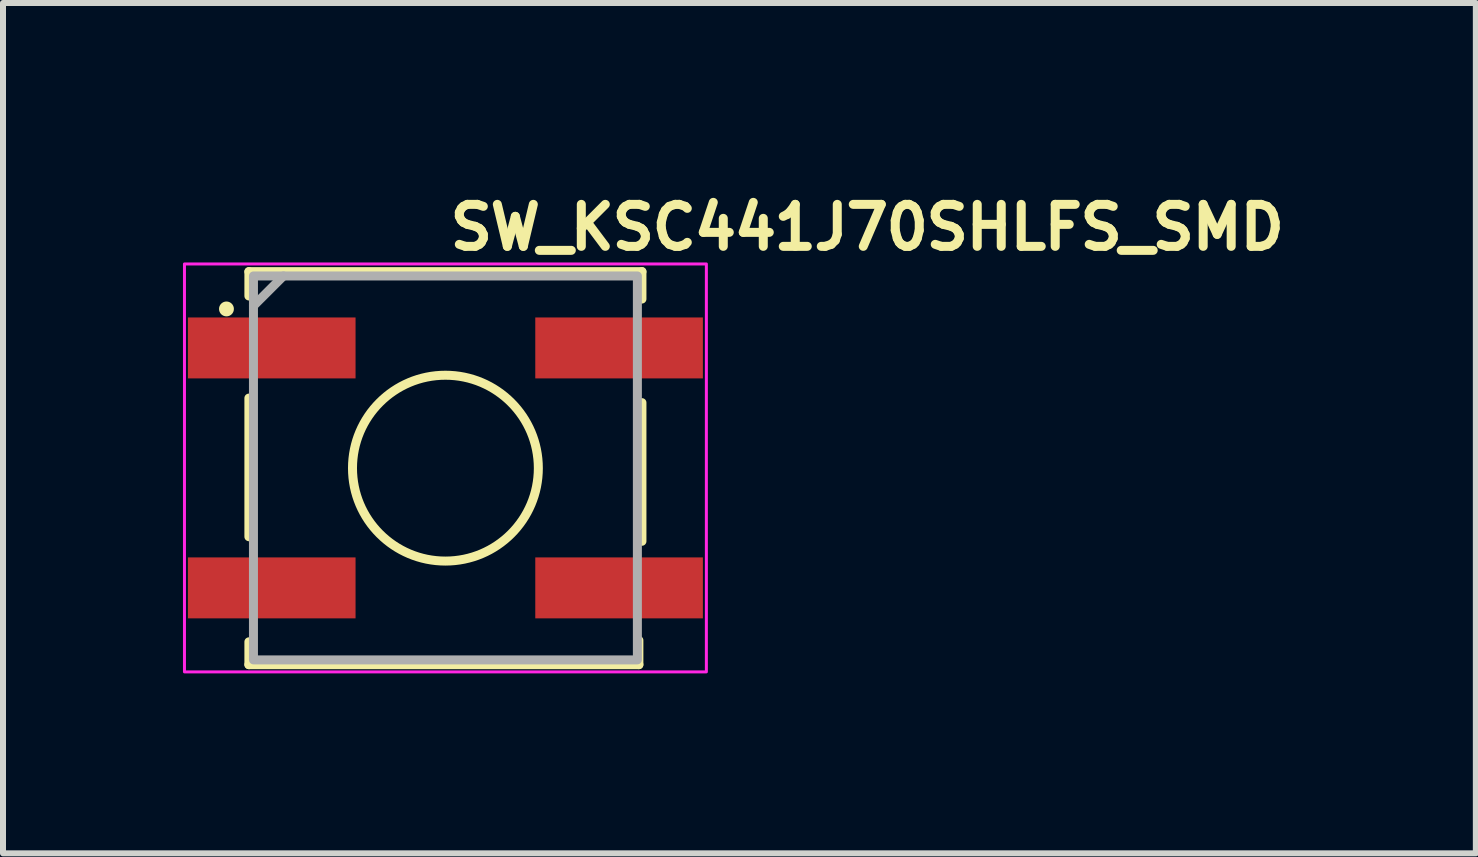
<source format=kicad_pcb>
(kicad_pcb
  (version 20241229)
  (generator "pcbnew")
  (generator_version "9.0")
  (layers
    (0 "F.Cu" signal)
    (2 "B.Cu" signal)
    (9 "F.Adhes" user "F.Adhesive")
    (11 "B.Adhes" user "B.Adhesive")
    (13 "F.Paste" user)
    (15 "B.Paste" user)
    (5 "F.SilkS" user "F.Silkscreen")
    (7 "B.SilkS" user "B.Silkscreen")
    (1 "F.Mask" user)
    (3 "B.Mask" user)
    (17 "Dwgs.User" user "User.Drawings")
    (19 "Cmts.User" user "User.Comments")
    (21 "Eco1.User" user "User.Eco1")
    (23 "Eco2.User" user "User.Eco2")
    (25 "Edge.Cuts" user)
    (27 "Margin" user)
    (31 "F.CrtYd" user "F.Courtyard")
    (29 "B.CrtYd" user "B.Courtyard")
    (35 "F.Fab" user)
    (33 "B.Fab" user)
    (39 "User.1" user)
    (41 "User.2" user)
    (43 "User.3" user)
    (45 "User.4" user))
  (footprint "SW_KSC441J70SHLFS_SMD"
    (layer "F.Cu")
    (at 4.375 4.75)
    (property "Reference" "SW_KSC441J70SHLFS_SMD" (at 0 -3.6 0) (unlocked yes) (layer "F.SilkS") (effects (font (size 0.7 0.7) (thickness 0.15)) (justify left bottom)))
    (attr smd)
    (fp_line (start -3.276 -3.272) (end -3.276 -2.866) (stroke (width 0.15) (type solid)) (layer "F.SilkS"))
    (fp_line (start -3.276 -3.272) (end 3.276 -3.272) (stroke (width 0.15) (type solid)) (layer "F.SilkS"))
    (fp_line (start -3.276 1.147) (end -3.276 -1.164) (stroke (width 0.15) (type solid)) (layer "F.SilkS"))
    (fp_line (start -3.276 3.28) (end -3.276 2.899) (stroke (width 0.15) (type solid)) (layer "F.SilkS"))
    (fp_line (start -3.276 3.28) (end 3.225 3.28) (stroke (width 0.15) (type solid)) (layer "F.SilkS"))
    (fp_line (start 3.225 3.28) (end 3.225 2.874) (stroke (width 0.15) (type solid)) (layer "F.SilkS"))
    (fp_line (start 3.276 -2.815) (end 3.276 -3.272) (stroke (width 0.15) (type solid)) (layer "F.SilkS"))
    (fp_line (start 3.276 1.223) (end 3.276 -1.088) (stroke (width 0.15) (type solid)) (layer "F.SilkS"))
    (fp_circle (center -3.65 -2.65) (end -3.601 -2.65) (stroke (width 0.15) (type solid)) (fill yes) (layer "F.SilkS"))
    (fp_circle (center 0 0.004) (end 0 -1.545) (stroke (width 0.15) (type solid)) (fill no) (layer "F.SilkS"))
    (fp_line (start -0.253 0.004) (end 0.254 0.005) (stroke (width 0.025) (type solid)) (layer "Eco1.User"))
    (fp_line (start 0 -0.25) (end 0 0.258) (stroke (width 0.025) (type solid)) (layer "Eco1.User"))
    (fp_rect (start -4.35 -3.4) (end 4.35 3.4) (stroke (width 0.05) (type solid)) (fill no) (layer "F.CrtYd"))
    (fp_line (start -2.7 -3.2) (end -3.2 -2.7) (stroke (width 0.15) (type solid)) (layer "F.Fab"))
    (fp_rect (start -3.2 -3.2) (end 3.2 3.2) (stroke (width 0.15) (type solid)) (fill no) (layer "F.Fab"))
    (fp_circle (center 0 0.004) (end 0 -1.367) (stroke (width 0.152) (type solid)) (fill no) (layer "User.1"))
    (fp_rect (start -3.4 -3.15) (end 3.4 3.15) (stroke (width 0.1) (type solid)) (fill no) (layer "User.5"))
    (fp_line (start -3.4 -2.375) (end -3.4 -1.625) (stroke (width 0.02) (type solid)) (layer "User.9"))
    (fp_line (start -3.4 -1.625) (end -3.4 -2.375) (stroke (width 0.02) (type solid)) (layer "User.9"))
    (fp_line (start -3.4 1.625) (end -3.4 2.375) (stroke (width 0.02) (type solid)) (layer "User.9"))
    (fp_line (start -3.4 2.375) (end -3.4 1.625) (stroke (width 0.02) (type solid)) (layer "User.9"))
    (fp_line (start -3.312 -2.375) (end -3.4 -2.375) (stroke (width 0.02) (type solid)) (layer "User.9"))
    (fp_line (start -3.312 -2.375) (end -3.312 -2.375) (stroke (width 0.02) (type solid)) (layer "User.9"))
    (fp_line (start -3.15 -2.799) (end -3.15 -2.5) (stroke (width 0.02) (type solid)) (layer "User.9"))
    (fp_line (start -3.15 -2.5) (end -3.15 -2.375) (stroke (width 0.02) (type solid)) (layer "User.9"))
    (fp_line (start -3.15 -1.625) (end -3.15 -1.499) (stroke (width 0.02) (type solid)) (layer "User.9"))
    (fp_line (start -3.15 -1.499) (end -3.15 1.499) (stroke (width 0.02) (type solid)) (layer "User.9"))
    (fp_line (start -3.15 -1.499) (end -3.134 -1.499) (stroke (width 0.02) (type solid)) (layer "User.9"))
    (fp_line (start -3.15 1.499) (end -3.15 1.625) (stroke (width 0.02) (type solid)) (layer "User.9"))
    (fp_line (start -3.15 2.375) (end -3.15 2.5) (stroke (width 0.02) (type solid)) (layer "User.9"))
    (fp_line (start -3.15 2.5) (end -3.15 2.799) (stroke (width 0.02) (type solid)) (layer "User.9"))
    (fp_line (start -3.15 2.5) (end -3.125 2.5) (stroke (width 0.02) (type solid)) (layer "User.9"))
    (fp_line (start -3.15 2.799) (end -3.125 2.799) (stroke (width 0.02) (type solid)) (layer "User.9"))
    (fp_line (start -3.134 -1.976) (end -3.134 -1.971) (stroke (width 0.02) (type solid)) (layer "User.9"))
    (fp_line (start -3.134 -1.971) (end -3.134 -1.964) (stroke (width 0.02) (type solid)) (layer "User.9"))
    (fp_line (start -3.134 -1.964) (end -3.134 1.965) (stroke (width 0.02) (type solid)) (layer "User.9"))
    (fp_line (start -3.134 -1.625) (end -3.4 -1.625) (stroke (width 0.02) (type solid)) (layer "User.9"))
    (fp_line (start -3.134 1.499) (end -3.15 1.499) (stroke (width 0.02) (type solid)) (layer "User.9"))
    (fp_line (start -3.134 1.625) (end -3.4 1.625) (stroke (width 0.02) (type solid)) (layer "User.9"))
    (fp_line (start -3.134 1.965) (end -3.134 1.968) (stroke (width 0.02) (type solid)) (layer "User.9"))
    (fp_line (start -3.134 1.968) (end -3.134 1.971) (stroke (width 0.02) (type solid)) (layer "User.9"))
    (fp_line (start -3.134 1.971) (end -3.134 1.975) (stroke (width 0.02) (type solid)) (layer "User.9"))
    (fp_line (start -3.134 1.975) (end -3.134 1.978) (stroke (width 0.02) (type solid)) (layer "User.9"))
    (fp_line (start -3.134 1.978) (end -3.134 1.982) (stroke (width 0.02) (type solid)) (layer "User.9"))
    (fp_line (start -3.134 1.982) (end -3.133 1.985) (stroke (width 0.02) (type solid)) (layer "User.9"))
    (fp_line (start -3.133 -1.983) (end -3.134 -1.976) (stroke (width 0.02) (type solid)) (layer "User.9"))
    (fp_line (start -3.133 1.985) (end -3.133 1.988) (stroke (width 0.02) (type solid)) (layer "User.9"))
    (fp_line (start -3.133 1.988) (end -3.132 1.992) (stroke (width 0.02) (type solid)) (layer "User.9"))
    (fp_line (start -3.132 -1.988) (end -3.133 -1.983) (stroke (width 0.02) (type solid)) (layer "User.9"))
    (fp_line (start -3.132 1.992) (end -3.131 1.995) (stroke (width 0.02) (type solid)) (layer "User.9"))
    (fp_line (start -3.131 -1.995) (end -3.132 -1.988) (stroke (width 0.02) (type solid)) (layer "User.9"))
    (fp_line (start -3.131 1.995) (end -3.131 1.999) (stroke (width 0.02) (type solid)) (layer "User.9"))
    (fp_line (start -3.131 1.999) (end -3.13 2) (stroke (width 0.02) (type solid)) (layer "User.9"))
    (fp_line (start -3.13 -2) (end -3.131 -1.995) (stroke (width 0.02) (type solid)) (layer "User.9"))
    (fp_line (start -3.13 2) (end -3.129 2.004) (stroke (width 0.02) (type solid)) (layer "User.9"))
    (fp_line (start -3.129 2.004) (end -3.128 2.008) (stroke (width 0.02) (type solid)) (layer "User.9"))
    (fp_line (start -3.128 -2.007) (end -3.13 -2) (stroke (width 0.02) (type solid)) (layer "User.9"))
    (fp_line (start -3.128 2.008) (end -3.127 2.012) (stroke (width 0.02) (type solid)) (layer "User.9"))
    (fp_line (start -3.127 2.012) (end -3.126 2.015) (stroke (width 0.02) (type solid)) (layer "User.9"))
    (fp_line (start -3.126 -2.012) (end -3.128 -2.007) (stroke (width 0.02) (type solid)) (layer "User.9"))
    (fp_line (start -3.126 2.015) (end -3.125 2.016) (stroke (width 0.02) (type solid)) (layer "User.9"))
    (fp_line (start -3.125 -1.212) (end -3.125 2.812) (stroke (width 0.02) (type solid)) (layer "User.9"))
    (fp_line (start -3.125 2.375) (end -3.4 2.375) (stroke (width 0.02) (type solid)) (layer "User.9"))
    (fp_line (start -3.125 2.812) (end -2.705 2.812) (stroke (width 0.02) (type solid)) (layer "User.9"))
    (fp_line (start -3.124 -2.019) (end -3.126 -2.012) (stroke (width 0.02) (type solid)) (layer "User.9"))
    (fp_line (start -3.122 -2.024) (end -3.124 -2.019) (stroke (width 0.02) (type solid)) (layer "User.9"))
    (fp_line (start -3.12 -2.03) (end -3.122 -2.024) (stroke (width 0.02) (type solid)) (layer "User.9"))
    (fp_line (start -3.117 -2.035) (end -3.12 -2.03) (stroke (width 0.02) (type solid)) (layer "User.9"))
    (fp_line (start -3.114 -2.04) (end -3.117 -2.035) (stroke (width 0.02) (type solid)) (layer "User.9"))
    (fp_line (start -3.111 -2.045) (end -3.114 -2.04) (stroke (width 0.02) (type solid)) (layer "User.9"))
    (fp_line (start -3.107 -2.05) (end -3.111 -2.045) (stroke (width 0.02) (type solid)) (layer "User.9"))
    (fp_line (start -3.104 -2.055) (end -3.107 -2.05) (stroke (width 0.02) (type solid)) (layer "User.9"))
    (fp_line (start -3.1 -2.662) (end -3.1 -2.212) (stroke (width 0.02) (type solid)) (layer "User.9"))
    (fp_line (start -3.1 -2.5) (end -3.15 -2.5) (stroke (width 0.02) (type solid)) (layer "User.9"))
    (fp_line (start -3.1 -2.375) (end -3.312 -2.375) (stroke (width 0.02) (type solid)) (layer "User.9"))
    (fp_line (start -3.1 -2.212) (end -3.025 -2.212) (stroke (width 0.02) (type solid)) (layer "User.9"))
    (fp_line (start -3.1 -2.061) (end -3.1 -2.212) (stroke (width 0.02) (type solid)) (layer "User.9"))
    (fp_line (start -3.1 -2.06) (end -3.104 -2.055) (stroke (width 0.02) (type solid)) (layer "User.9"))
    (fp_line (start -3.096 -2.065) (end -3.1 -2.06) (stroke (width 0.02) (type solid)) (layer "User.9"))
    (fp_line (start -3.092 -2.069) (end -3.096 -2.065) (stroke (width 0.02) (type solid)) (layer "User.9"))
    (fp_line (start -3.088 -2.073) (end -3.092 -2.069) (stroke (width 0.02) (type solid)) (layer "User.9"))
    (fp_line (start -3.083 -2.077) (end -3.088 -2.073) (stroke (width 0.02) (type solid)) (layer "User.9"))
    (fp_line (start -3.079 -2.081) (end -3.083 -2.077) (stroke (width 0.02) (type solid)) (layer "User.9"))
    (fp_line (start -3.074 -2.085) (end -3.079 -2.081) (stroke (width 0.02) (type solid)) (layer "User.9"))
    (fp_line (start -3.069 -2.088) (end -3.074 -2.085) (stroke (width 0.02) (type solid)) (layer "User.9"))
    (fp_line (start -3.064 -2.092) (end -3.069 -2.088) (stroke (width 0.02) (type solid)) (layer "User.9"))
    (fp_line (start -3.059 -2.095) (end -3.064 -2.092) (stroke (width 0.02) (type solid)) (layer "User.9"))
    (fp_line (start -3.053 -2.098) (end -3.059 -2.095) (stroke (width 0.02) (type solid)) (layer "User.9"))
    (fp_line (start -3.048 -2.1) (end -3.053 -2.098) (stroke (width 0.02) (type solid)) (layer "User.9"))
    (fp_line (start -3.042 -2.103) (end -3.048 -2.1) (stroke (width 0.02) (type solid)) (layer "User.9"))
    (fp_line (start -3.036 -2.105) (end -3.042 -2.103) (stroke (width 0.02) (type solid)) (layer "User.9"))
    (fp_line (start -3.031 -2.107) (end -3.036 -2.105) (stroke (width 0.02) (type solid)) (layer "User.9"))
    (fp_line (start -3.025 -2.812) (end -3.025 -2.662) (stroke (width 0.02) (type solid)) (layer "User.9"))
    (fp_line (start -3.025 -2.799) (end -3.15 -2.799) (stroke (width 0.02) (type solid)) (layer "User.9"))
    (fp_line (start -3.025 -2.662) (end -3.1 -2.662) (stroke (width 0.02) (type solid)) (layer "User.9"))
    (fp_line (start -3.025 -2.212) (end -3.025 -1.212) (stroke (width 0.02) (type solid)) (layer "User.9"))
    (fp_line (start -3.025 -2.109) (end -3.031 -2.107) (stroke (width 0.02) (type solid)) (layer "User.9"))
    (fp_line (start -3.025 -1.212) (end -3.125 -1.212) (stroke (width 0.02) (type solid)) (layer "User.9"))
    (fp_line (start -2.705 -3.012) (end -2.705 -2.812) (stroke (width 0.02) (type solid)) (layer "User.9"))
    (fp_line (start -2.705 -2.812) (end -3.025 -2.812) (stroke (width 0.02) (type solid)) (layer "User.9"))
    (fp_line (start -2.705 2.812) (end -2.705 3.012) (stroke (width 0.02) (type solid)) (layer "User.9"))
    (fp_line (start -2.705 3.012) (end -2.05 3.012) (stroke (width 0.02) (type solid)) (layer "User.9"))
    (fp_line (start -2.05 -3.012) (end -2.705 -3.012) (stroke (width 0.02) (type solid)) (layer "User.9"))
    (fp_line (start -2.05 -2.95) (end -2.05 -2.812) (stroke (width 0.02) (type solid)) (layer "User.9"))
    (fp_line (start -2.05 -2.812) (end -2.05 -3.012) (stroke (width 0.02) (type solid)) (layer "User.9"))
    (fp_line (start -2.05 2.812) (end -2.05 2.95) (stroke (width 0.02) (type solid)) (layer "User.9"))
    (fp_line (start -2.05 2.812) (end -1.6 2.812) (stroke (width 0.02) (type solid)) (layer "User.9"))
    (fp_line (start -2.05 2.95) (end -2.049 2.957) (stroke (width 0.02) (type solid)) (layer "User.9"))
    (fp_line (start -2.05 3.012) (end -2.05 2.812) (stroke (width 0.02) (type solid)) (layer "User.9"))
    (fp_line (start -2.049 -2.965) (end -2.049 -2.957) (stroke (width 0.02) (type solid)) (layer "User.9"))
    (fp_line (start -2.049 -2.957) (end -2.05 -2.95) (stroke (width 0.02) (type solid)) (layer "User.9"))
    (fp_line (start -2.049 2.957) (end -2.049 2.965) (stroke (width 0.02) (type solid)) (layer "User.9"))
    (fp_line (start -2.049 2.965) (end -2.048 2.972) (stroke (width 0.02) (type solid)) (layer "User.9"))
    (fp_line (start -2.048 -2.972) (end -2.049 -2.965) (stroke (width 0.02) (type solid)) (layer "User.9"))
    (fp_line (start -2.048 2.972) (end -2.046 2.98) (stroke (width 0.02) (type solid)) (layer "User.9"))
    (fp_line (start -2.046 -2.98) (end -2.048 -2.972) (stroke (width 0.02) (type solid)) (layer "User.9"))
    (fp_line (start -2.046 2.98) (end -2.045 2.987) (stroke (width 0.02) (type solid)) (layer "User.9"))
    (fp_line (start -2.045 -2.987) (end -2.046 -2.98) (stroke (width 0.02) (type solid)) (layer "User.9"))
    (fp_line (start -2.045 2.987) (end -2.043 2.994) (stroke (width 0.02) (type solid)) (layer "User.9"))
    (fp_line (start -2.043 -2.994) (end -2.045 -2.987) (stroke (width 0.02) (type solid)) (layer "User.9"))
    (fp_line (start -2.043 2.994) (end -2.04 3.001) (stroke (width 0.02) (type solid)) (layer "User.9"))
    (fp_line (start -2.04 -3.001) (end -2.043 -2.994) (stroke (width 0.02) (type solid)) (layer "User.9"))
    (fp_line (start -2.04 3.001) (end -2.038 3.008) (stroke (width 0.02) (type solid)) (layer "User.9"))
    (fp_line (start -2.038 -3.008) (end -2.04 -3.001) (stroke (width 0.02) (type solid)) (layer "User.9"))
    (fp_line (start -2.038 3.008) (end -2.035 3.015) (stroke (width 0.02) (type solid)) (layer "User.9"))
    (fp_line (start -2.036 -3.012) (end -2.05 -3.012) (stroke (width 0.02) (type solid)) (layer "User.9"))
    (fp_line (start -2.036 3.012) (end -2.05 3.012) (stroke (width 0.02) (type solid)) (layer "User.9"))
    (fp_line (start -2.035 -3.015) (end -2.038 -3.008) (stroke (width 0.02) (type solid)) (layer "User.9"))
    (fp_line (start -2.035 3.015) (end -2.031 3.021) (stroke (width 0.02) (type solid)) (layer "User.9"))
    (fp_line (start -2.031 -3.021) (end -2.035 -3.015) (stroke (width 0.02) (type solid)) (layer "User.9"))
    (fp_line (start -2.031 3.021) (end -2.028 3.027) (stroke (width 0.02) (type solid)) (layer "User.9"))
    (fp_line (start -2.028 -3.027) (end -2.031 -3.021) (stroke (width 0.02) (type solid)) (layer "User.9"))
    (fp_line (start -2.028 3.027) (end -2.024 3.033) (stroke (width 0.02) (type solid)) (layer "User.9"))
    (fp_line (start -2.024 -3.033) (end -2.028 -3.027) (stroke (width 0.02) (type solid)) (layer "User.9"))
    (fp_line (start -2.024 3.033) (end -2.02 3.039) (stroke (width 0.02) (type solid)) (layer "User.9"))
    (fp_line (start -2.02 -3.039) (end -2.024 -3.033) (stroke (width 0.02) (type solid)) (layer "User.9"))
    (fp_line (start -2.02 3.039) (end -2.015 3.045) (stroke (width 0.02) (type solid)) (layer "User.9"))
    (fp_line (start -2.015 -3.045) (end -2.02 -3.039) (stroke (width 0.02) (type solid)) (layer "User.9"))
    (fp_line (start -2.015 3.045) (end -2.011 3.05) (stroke (width 0.02) (type solid)) (layer "User.9"))
    (fp_line (start -2.011 -3.05) (end -2.015 -3.045) (stroke (width 0.02) (type solid)) (layer "User.9"))
    (fp_line (start -2.011 3.05) (end -2.006 3.056) (stroke (width 0.02) (type solid)) (layer "User.9"))
    (fp_line (start -2.006 -3.056) (end -2.011 -3.05) (stroke (width 0.02) (type solid)) (layer "User.9"))
    (fp_line (start -2.006 3.056) (end -2 3.061) (stroke (width 0.02) (type solid)) (layer "User.9"))
    (fp_line (start -2 -3.061) (end -2.006 -3.056) (stroke (width 0.02) (type solid)) (layer "User.9"))
    (fp_line (start -2 3.061) (end -1.995 3.065) (stroke (width 0.02) (type solid)) (layer "User.9"))
    (fp_line (start -1.995 -3.065) (end -2 -3.061) (stroke (width 0.02) (type solid)) (layer "User.9"))
    (fp_line (start -1.995 3.065) (end -1.989 3.07) (stroke (width 0.02) (type solid)) (layer "User.9"))
    (fp_line (start -1.989 -3.07) (end -1.995 -3.065) (stroke (width 0.02) (type solid)) (layer "User.9"))
    (fp_line (start -1.989 3.07) (end -1.983 3.074) (stroke (width 0.02) (type solid)) (layer "User.9"))
    (fp_line (start -1.983 -3.074) (end -1.989 -3.07) (stroke (width 0.02) (type solid)) (layer "User.9"))
    (fp_line (start -1.983 3.074) (end -1.977 3.078) (stroke (width 0.02) (type solid)) (layer "User.9"))
    (fp_line (start -1.977 -3.078) (end -1.983 -3.074) (stroke (width 0.02) (type solid)) (layer "User.9"))
    (fp_line (start -1.977 3.078) (end -1.971 3.081) (stroke (width 0.02) (type solid)) (layer "User.9"))
    (fp_line (start -1.971 -3.081) (end -1.977 -3.078) (stroke (width 0.02) (type solid)) (layer "User.9"))
    (fp_line (start -1.971 3.081) (end -1.965 3.085) (stroke (width 0.02) (type solid)) (layer "User.9"))
    (fp_line (start -1.965 -3.085) (end -1.971 -3.081) (stroke (width 0.02) (type solid)) (layer "User.9"))
    (fp_line (start -1.965 3.085) (end -1.958 3.088) (stroke (width 0.02) (type solid)) (layer "User.9"))
    (fp_line (start -1.958 -3.088) (end -1.965 -3.085) (stroke (width 0.02) (type solid)) (layer "User.9"))
    (fp_line (start -1.958 3.088) (end -1.951 3.09) (stroke (width 0.02) (type solid)) (layer "User.9"))
    (fp_line (start -1.951 -3.09) (end -1.958 -3.088) (stroke (width 0.02) (type solid)) (layer "User.9"))
    (fp_line (start -1.951 3.09) (end -1.944 3.093) (stroke (width 0.02) (type solid)) (layer "User.9"))
    (fp_line (start -1.944 -3.093) (end -1.951 -3.09) (stroke (width 0.02) (type solid)) (layer "User.9"))
    (fp_line (start -1.944 3.093) (end -1.937 3.095) (stroke (width 0.02) (type solid)) (layer "User.9"))
    (fp_line (start -1.937 -3.095) (end -1.944 -3.093) (stroke (width 0.02) (type solid)) (layer "User.9"))
    (fp_line (start -1.937 3.095) (end -1.93 3.096) (stroke (width 0.02) (type solid)) (layer "User.9"))
    (fp_line (start -1.93 -3.096) (end -1.937 -3.095) (stroke (width 0.02) (type solid)) (layer "User.9"))
    (fp_line (start -1.93 3.096) (end -1.922 3.098) (stroke (width 0.02) (type solid)) (layer "User.9"))
    (fp_line (start -1.922 -3.098) (end -1.93 -3.096) (stroke (width 0.02) (type solid)) (layer "User.9"))
    (fp_line (start -1.922 3.098) (end -1.915 3.099) (stroke (width 0.02) (type solid)) (layer "User.9"))
    (fp_line (start -1.915 -3.099) (end -1.922 -3.098) (stroke (width 0.02) (type solid)) (layer "User.9"))
    (fp_line (start -1.915 3.099) (end -1.907 3.099) (stroke (width 0.02) (type solid)) (layer "User.9"))
    (fp_line (start -1.907 -3.099) (end -1.915 -3.099) (stroke (width 0.02) (type solid)) (layer "User.9"))
    (fp_line (start -1.907 3.099) (end -1.899 3.1) (stroke (width 0.02) (type solid)) (layer "User.9"))
    (fp_line (start -1.899 -3.1) (end -1.907 -3.099) (stroke (width 0.02) (type solid)) (layer "User.9"))
    (fp_line (start -1.899 3.1) (end -1.312 3.1) (stroke (width 0.02) (type solid)) (layer "User.9"))
    (fp_line (start -1.8 -3.15) (end -1.8 -3.1) (stroke (width 0.02) (type solid)) (layer "User.9"))
    (fp_line (start -1.8 3.1) (end -1.8 3.15) (stroke (width 0.02) (type solid)) (layer "User.9"))
    (fp_line (start -1.8 3.15) (end 1.8 3.15) (stroke (width 0.02) (type solid)) (layer "User.9"))
    (fp_line (start -1.639 0) (end -1.639 0) (stroke (width 0.02) (type solid)) (layer "User.9"))
    (fp_line (start -1.639 0) (end -1.637 0.084) (stroke (width 0.02) (type solid)) (layer "User.9"))
    (fp_line (start -1.637 -0.083) (end -1.639 0) (stroke (width 0.02) (type solid)) (layer "User.9"))
    (fp_line (start -1.637 0.084) (end -1.631 0.168) (stroke (width 0.02) (type solid)) (layer "User.9"))
    (fp_line (start -1.631 -0.167) (end -1.637 -0.083) (stroke (width 0.02) (type solid)) (layer "User.9"))
    (fp_line (start -1.631 0.168) (end -1.621 0.25) (stroke (width 0.02) (type solid)) (layer "User.9"))
    (fp_line (start -1.621 -0.249) (end -1.631 -0.167) (stroke (width 0.02) (type solid)) (layer "User.9"))
    (fp_line (start -1.621 0.25) (end -1.606 0.331) (stroke (width 0.02) (type solid)) (layer "User.9"))
    (fp_line (start -1.606 -0.33) (end -1.621 -0.249) (stroke (width 0.02) (type solid)) (layer "User.9"))
    (fp_line (start -1.606 0.331) (end -1.588 0.409) (stroke (width 0.02) (type solid)) (layer "User.9"))
    (fp_line (start -1.6 -2.812) (end -2.05 -2.812) (stroke (width 0.02) (type solid)) (layer "User.9"))
    (fp_line (start -1.6 2.812) (end -1.287 3.125) (stroke (width 0.02) (type solid)) (layer "User.9"))
    (fp_line (start -1.588 -0.409) (end -1.606 -0.33) (stroke (width 0.02) (type solid)) (layer "User.9"))
    (fp_line (start -1.588 0.409) (end -1.566 0.488) (stroke (width 0.02) (type solid)) (layer "User.9"))
    (fp_line (start -1.566 -0.487) (end -1.588 -0.409) (stroke (width 0.02) (type solid)) (layer "User.9"))
    (fp_line (start -1.566 0.488) (end -1.54 0.564) (stroke (width 0.02) (type solid)) (layer "User.9"))
    (fp_line (start -1.54 -0.562) (end -1.566 -0.487) (stroke (width 0.02) (type solid)) (layer "User.9"))
    (fp_line (start -1.54 0.564) (end -1.511 0.639) (stroke (width 0.02) (type solid)) (layer "User.9"))
    (fp_line (start -1.511 -0.638) (end -1.54 -0.562) (stroke (width 0.02) (type solid)) (layer "User.9"))
    (fp_line (start -1.511 0.639) (end -1.478 0.712) (stroke (width 0.02) (type solid)) (layer "User.9"))
    (fp_line (start -1.478 -0.711) (end -1.511 -0.638) (stroke (width 0.02) (type solid)) (layer "User.9"))
    (fp_line (start -1.478 0.712) (end -1.442 0.781) (stroke (width 0.02) (type solid)) (layer "User.9"))
    (fp_line (start -1.442 -0.781) (end -1.478 -0.711) (stroke (width 0.02) (type solid)) (layer "User.9"))
    (fp_line (start -1.442 0.781) (end -1.402 0.85) (stroke (width 0.02) (type solid)) (layer "User.9"))
    (fp_line (start -1.402 -0.85) (end -1.442 -0.781) (stroke (width 0.02) (type solid)) (layer "User.9"))
    (fp_line (start -1.402 0.85) (end -1.359 0.916) (stroke (width 0.02) (type solid)) (layer "User.9"))
    (fp_line (start -1.359 -0.915) (end -1.402 -0.85) (stroke (width 0.02) (type solid)) (layer "User.9"))
    (fp_line (start -1.359 0.916) (end -1.314 0.981) (stroke (width 0.02) (type solid)) (layer "User.9"))
    (fp_line (start -1.354 0) (end -1.354 0) (stroke (width 0.02) (type solid)) (layer "User.9"))
    (fp_line (start -1.354 0) (end -1.352 0.069) (stroke (width 0.02) (type solid)) (layer "User.9"))
    (fp_line (start -1.352 -0.069) (end -1.354 0) (stroke (width 0.02) (type solid)) (layer "User.9"))
    (fp_line (start -1.352 0.069) (end -1.347 0.139) (stroke (width 0.02) (type solid)) (layer "User.9"))
    (fp_line (start -1.347 -0.138) (end -1.352 -0.069) (stroke (width 0.02) (type solid)) (layer "User.9"))
    (fp_line (start -1.347 0.139) (end -1.338 0.206) (stroke (width 0.02) (type solid)) (layer "User.9"))
    (fp_line (start -1.338 -0.206) (end -1.347 -0.138) (stroke (width 0.02) (type solid)) (layer "User.9"))
    (fp_line (start -1.338 0.206) (end -1.326 0.272) (stroke (width 0.02) (type solid)) (layer "User.9"))
    (fp_line (start -1.326 -0.272) (end -1.338 -0.206) (stroke (width 0.02) (type solid)) (layer "User.9"))
    (fp_line (start -1.326 0.272) (end -1.311 0.338) (stroke (width 0.02) (type solid)) (layer "User.9"))
    (fp_line (start -1.314 -0.981) (end -1.359 -0.915) (stroke (width 0.02) (type solid)) (layer "User.9"))
    (fp_line (start -1.314 0.981) (end -1.265 1.043) (stroke (width 0.02) (type solid)) (layer "User.9"))
    (fp_line (start -1.312 -3.1) (end -1.899 -3.1) (stroke (width 0.02) (type solid)) (layer "User.9"))
    (fp_line (start -1.311 -0.338) (end -1.326 -0.272) (stroke (width 0.02) (type solid)) (layer "User.9"))
    (fp_line (start -1.311 0.338) (end -1.293 0.402) (stroke (width 0.02) (type solid)) (layer "User.9"))
    (fp_line (start -1.293 -0.402) (end -1.311 -0.338) (stroke (width 0.02) (type solid)) (layer "User.9"))
    (fp_line (start -1.293 0.402) (end -1.271 0.465) (stroke (width 0.02) (type solid)) (layer "User.9"))
    (fp_line (start -1.287 -3.125) (end -1.6 -2.812) (stroke (width 0.02) (type solid)) (layer "User.9"))
    (fp_line (start -1.287 3.125) (end 1.287 3.125) (stroke (width 0.02) (type solid)) (layer "User.9"))
    (fp_line (start -1.271 -0.465) (end -1.293 -0.402) (stroke (width 0.02) (type solid)) (layer "User.9"))
    (fp_line (start -1.271 0.465) (end -1.247 0.528) (stroke (width 0.02) (type solid)) (layer "User.9"))
    (fp_line (start -1.265 -1.043) (end -1.314 -0.981) (stroke (width 0.02) (type solid)) (layer "User.9"))
    (fp_line (start -1.265 1.043) (end -1.213 1.101) (stroke (width 0.02) (type solid)) (layer "User.9"))
    (fp_line (start -1.247 -0.527) (end -1.271 -0.465) (stroke (width 0.02) (type solid)) (layer "User.9"))
    (fp_line (start -1.247 0.528) (end -1.22 0.588) (stroke (width 0.02) (type solid)) (layer "User.9"))
    (fp_line (start -1.22 -0.587) (end -1.247 -0.527) (stroke (width 0.02) (type solid)) (layer "User.9"))
    (fp_line (start -1.22 0.588) (end -1.19 0.646) (stroke (width 0.02) (type solid)) (layer "User.9"))
    (fp_line (start -1.213 -1.102) (end -1.265 -1.043) (stroke (width 0.02) (type solid)) (layer "User.9"))
    (fp_line (start -1.213 1.101) (end -1.159 1.159) (stroke (width 0.02) (type solid)) (layer "User.9"))
    (fp_line (start -1.19 -0.645) (end -1.22 -0.587) (stroke (width 0.02) (type solid)) (layer "User.9"))
    (fp_line (start -1.19 0.646) (end -1.158 0.703) (stroke (width 0.02) (type solid)) (layer "User.9"))
    (fp_line (start -1.159 -1.159) (end -1.213 -1.102) (stroke (width 0.02) (type solid)) (layer "User.9"))
    (fp_line (start -1.159 1.159) (end -1.102 1.213) (stroke (width 0.02) (type solid)) (layer "User.9"))
    (fp_line (start -1.158 -0.701) (end -1.19 -0.645) (stroke (width 0.02) (type solid)) (layer "User.9"))
    (fp_line (start -1.158 0.703) (end -1.122 0.757) (stroke (width 0.02) (type solid)) (layer "User.9"))
    (fp_line (start -1.122 -0.757) (end -1.158 -0.701) (stroke (width 0.02) (type solid)) (layer "User.9"))
    (fp_line (start -1.122 0.757) (end -1.085 0.81) (stroke (width 0.02) (type solid)) (layer "User.9"))
    (fp_line (start -1.102 -1.213) (end -1.159 -1.159) (stroke (width 0.02) (type solid)) (layer "User.9"))
    (fp_line (start -1.102 1.213) (end -1.043 1.265) (stroke (width 0.02) (type solid)) (layer "User.9"))
    (fp_line (start -1.085 -0.81) (end -1.122 -0.757) (stroke (width 0.02) (type solid)) (layer "User.9"))
    (fp_line (start -1.085 0.81) (end -1.044 0.861) (stroke (width 0.02) (type solid)) (layer "User.9"))
    (fp_line (start -1.044 -0.861) (end -1.085 -0.81) (stroke (width 0.02) (type solid)) (layer "User.9"))
    (fp_line (start -1.044 0.861) (end -1.002 0.91) (stroke (width 0.02) (type solid)) (layer "User.9"))
    (fp_line (start -1.043 -1.265) (end -1.102 -1.213) (stroke (width 0.02) (type solid)) (layer "User.9"))
    (fp_line (start -1.043 1.265) (end -0.981 1.314) (stroke (width 0.02) (type solid)) (layer "User.9"))
    (fp_line (start -1.002 -0.91) (end -1.044 -0.861) (stroke (width 0.02) (type solid)) (layer "User.9"))
    (fp_line (start -1.002 0.91) (end -0.957 0.957) (stroke (width 0.02) (type solid)) (layer "User.9"))
    (fp_line (start -0.981 -1.314) (end -1.043 -1.265) (stroke (width 0.02) (type solid)) (layer "User.9"))
    (fp_line (start -0.981 1.314) (end -0.916 1.359) (stroke (width 0.02) (type solid)) (layer "User.9"))
    (fp_line (start -0.957 -0.957) (end -1.002 -0.91) (stroke (width 0.02) (type solid)) (layer "User.9"))
    (fp_line (start -0.957 0.957) (end -0.91 1.002) (stroke (width 0.02) (type solid)) (layer "User.9"))
    (fp_line (start -0.916 -1.359) (end -0.981 -1.314) (stroke (width 0.02) (type solid)) (layer "User.9"))
    (fp_line (start -0.916 1.359) (end -0.85 1.402) (stroke (width 0.02) (type solid)) (layer "User.9"))
    (fp_line (start -0.91 -1.002) (end -0.957 -0.957) (stroke (width 0.02) (type solid)) (layer "User.9"))
    (fp_line (start -0.91 1.002) (end -0.861 1.044) (stroke (width 0.02) (type solid)) (layer "User.9"))
    (fp_line (start -0.861 -1.044) (end -0.91 -1.002) (stroke (width 0.02) (type solid)) (layer "User.9"))
    (fp_line (start -0.861 1.044) (end -0.81 1.085) (stroke (width 0.02) (type solid)) (layer "User.9"))
    (fp_line (start -0.85 -1.402) (end -0.916 -1.359) (stroke (width 0.02) (type solid)) (layer "User.9"))
    (fp_line (start -0.85 1.402) (end -0.781 1.442) (stroke (width 0.02) (type solid)) (layer "User.9"))
    (fp_line (start -0.81 -1.085) (end -0.861 -1.044) (stroke (width 0.02) (type solid)) (layer "User.9"))
    (fp_line (start -0.81 1.085) (end -0.757 1.121) (stroke (width 0.02) (type solid)) (layer "User.9"))
    (fp_line (start -0.781 -1.442) (end -0.85 -1.402) (stroke (width 0.02) (type solid)) (layer "User.9"))
    (fp_line (start -0.781 1.442) (end -0.711 1.478) (stroke (width 0.02) (type solid)) (layer "User.9"))
    (fp_line (start -0.757 -1.122) (end -0.81 -1.085) (stroke (width 0.02) (type solid)) (layer "User.9"))
    (fp_line (start -0.757 1.121) (end -0.702 1.158) (stroke (width 0.02) (type solid)) (layer "User.9"))
    (fp_line (start -0.711 -1.478) (end -0.781 -1.442) (stroke (width 0.02) (type solid)) (layer "User.9"))
    (fp_line (start -0.711 1.478) (end -0.638 1.511) (stroke (width 0.02) (type solid)) (layer "User.9"))
    (fp_line (start -0.702 -1.158) (end -0.757 -1.122) (stroke (width 0.02) (type solid)) (layer "User.9"))
    (fp_line (start -0.702 1.158) (end -0.645 1.19) (stroke (width 0.02) (type solid)) (layer "User.9"))
    (fp_line (start -0.645 -1.19) (end -0.702 -1.158) (stroke (width 0.02) (type solid)) (layer "User.9"))
    (fp_line (start -0.645 1.19) (end -0.587 1.22) (stroke (width 0.02) (type solid)) (layer "User.9"))
    (fp_line (start -0.638 -1.511) (end -0.711 -1.478) (stroke (width 0.02) (type solid)) (layer "User.9"))
    (fp_line (start -0.638 1.511) (end -0.563 1.54) (stroke (width 0.02) (type solid)) (layer "User.9"))
    (fp_line (start -0.587 -1.22) (end -0.645 -1.19) (stroke (width 0.02) (type solid)) (layer "User.9"))
    (fp_line (start -0.587 1.22) (end -0.527 1.246) (stroke (width 0.02) (type solid)) (layer "User.9"))
    (fp_line (start -0.563 -1.54) (end -0.638 -1.511) (stroke (width 0.02) (type solid)) (layer "User.9"))
    (fp_line (start -0.563 1.54) (end -0.487 1.566) (stroke (width 0.02) (type solid)) (layer "User.9"))
    (fp_line (start -0.527 -1.247) (end -0.587 -1.22) (stroke (width 0.02) (type solid)) (layer "User.9"))
    (fp_line (start -0.527 1.246) (end -0.465 1.27) (stroke (width 0.02) (type solid)) (layer "User.9"))
    (fp_line (start -0.487 -1.565) (end -0.563 -1.54) (stroke (width 0.02) (type solid)) (layer "User.9"))
    (fp_line (start -0.487 1.566) (end -0.409 1.588) (stroke (width 0.02) (type solid)) (layer "User.9"))
    (fp_line (start -0.465 -1.27) (end -0.527 -1.247) (stroke (width 0.02) (type solid)) (layer "User.9"))
    (fp_line (start -0.465 1.27) (end -0.402 1.293) (stroke (width 0.02) (type solid)) (layer "User.9"))
    (fp_line (start -0.409 -1.588) (end -0.487 -1.565) (stroke (width 0.02) (type solid)) (layer "User.9"))
    (fp_line (start -0.409 1.588) (end -0.33 1.605) (stroke (width 0.02) (type solid)) (layer "User.9"))
    (fp_line (start -0.402 -1.293) (end -0.465 -1.27) (stroke (width 0.02) (type solid)) (layer "User.9"))
    (fp_line (start -0.402 1.293) (end -0.338 1.311) (stroke (width 0.02) (type solid)) (layer "User.9"))
    (fp_line (start -0.338 -1.311) (end -0.402 -1.293) (stroke (width 0.02) (type solid)) (layer "User.9"))
    (fp_line (start -0.338 1.311) (end -0.272 1.326) (stroke (width 0.02) (type solid)) (layer "User.9"))
    (fp_line (start -0.33 -1.605) (end -0.409 -1.588) (stroke (width 0.02) (type solid)) (layer "User.9"))
    (fp_line (start -0.33 1.605) (end -0.249 1.621) (stroke (width 0.02) (type solid)) (layer "User.9"))
    (fp_line (start -0.272 -1.326) (end -0.338 -1.311) (stroke (width 0.02) (type solid)) (layer "User.9"))
    (fp_line (start -0.272 1.326) (end -0.206 1.338) (stroke (width 0.02) (type solid)) (layer "User.9"))
    (fp_line (start -0.249 -1.621) (end -0.33 -1.605) (stroke (width 0.02) (type solid)) (layer "User.9"))
    (fp_line (start -0.249 1.621) (end -0.167 1.631) (stroke (width 0.02) (type solid)) (layer "User.9"))
    (fp_line (start -0.206 -1.338) (end -0.272 -1.326) (stroke (width 0.02) (type solid)) (layer "User.9"))
    (fp_line (start -0.206 1.338) (end -0.138 1.347) (stroke (width 0.02) (type solid)) (layer "User.9"))
    (fp_line (start -0.167 -1.631) (end -0.249 -1.621) (stroke (width 0.02) (type solid)) (layer "User.9"))
    (fp_line (start -0.167 1.631) (end -0.084 1.637) (stroke (width 0.02) (type solid)) (layer "User.9"))
    (fp_line (start -0.138 -1.347) (end -0.206 -1.338) (stroke (width 0.02) (type solid)) (layer "User.9"))
    (fp_line (start -0.138 1.347) (end -0.069 1.351) (stroke (width 0.02) (type solid)) (layer "User.9"))
    (fp_line (start -0.084 -1.637) (end -0.167 -1.631) (stroke (width 0.02) (type solid)) (layer "User.9"))
    (fp_line (start -0.084 1.637) (end 0 1.64) (stroke (width 0.02) (type solid)) (layer "User.9"))
    (fp_line (start -0.069 -1.351) (end -0.138 -1.347) (stroke (width 0.02) (type solid)) (layer "User.9"))
    (fp_line (start -0.069 1.351) (end 0 1.354) (stroke (width 0.02) (type solid)) (layer "User.9"))
    (fp_line (start 0 -1.64) (end -0.084 -1.637) (stroke (width 0.02) (type solid)) (layer "User.9"))
    (fp_line (start 0 -1.64) (end 0 -1.64) (stroke (width 0.02) (type solid)) (layer "User.9"))
    (fp_line (start 0 -1.354) (end -0.069 -1.351) (stroke (width 0.02) (type solid)) (layer "User.9"))
    (fp_line (start 0 -1.354) (end 0 -1.354) (stroke (width 0.02) (type solid)) (layer "User.9"))
    (fp_line (start 0 1.354) (end 0 1.354) (stroke (width 0.02) (type solid)) (layer "User.9"))
    (fp_line (start 0 1.354) (end 0.069 1.351) (stroke (width 0.02) (type solid)) (layer "User.9"))
    (fp_line (start 0 1.64) (end 0 1.64) (stroke (width 0.02) (type solid)) (layer "User.9"))
    (fp_line (start 0 1.64) (end 0.084 1.637) (stroke (width 0.02) (type solid)) (layer "User.9"))
    (fp_line (start 0.069 -1.351) (end 0 -1.354) (stroke (width 0.02) (type solid)) (layer "User.9"))
    (fp_line (start 0.069 1.351) (end 0.138 1.347) (stroke (width 0.02) (type solid)) (layer "User.9"))
    (fp_line (start 0.084 -1.637) (end 0 -1.64) (stroke (width 0.02) (type solid)) (layer "User.9"))
    (fp_line (start 0.084 1.637) (end 0.167 1.631) (stroke (width 0.02) (type solid)) (layer "User.9"))
    (fp_line (start 0.138 -1.347) (end 0.069 -1.351) (stroke (width 0.02) (type solid)) (layer "User.9"))
    (fp_line (start 0.138 1.347) (end 0.206 1.338) (stroke (width 0.02) (type solid)) (layer "User.9"))
    (fp_line (start 0.167 -1.631) (end 0.084 -1.637) (stroke (width 0.02) (type solid)) (layer "User.9"))
    (fp_line (start 0.167 1.631) (end 0.249 1.621) (stroke (width 0.02) (type solid)) (layer "User.9"))
    (fp_line (start 0.206 -1.338) (end 0.138 -1.347) (stroke (width 0.02) (type solid)) (layer "User.9"))
    (fp_line (start 0.206 1.338) (end 0.272 1.326) (stroke (width 0.02) (type solid)) (layer "User.9"))
    (fp_line (start 0.249 -1.621) (end 0.167 -1.631) (stroke (width 0.02) (type solid)) (layer "User.9"))
    (fp_line (start 0.249 1.621) (end 0.33 1.605) (stroke (width 0.02) (type solid)) (layer "User.9"))
    (fp_line (start 0.272 -1.326) (end 0.206 -1.338) (stroke (width 0.02) (type solid)) (layer "User.9"))
    (fp_line (start 0.272 1.326) (end 0.338 1.311) (stroke (width 0.02) (type solid)) (layer "User.9"))
    (fp_line (start 0.33 -1.605) (end 0.249 -1.621) (stroke (width 0.02) (type solid)) (layer "User.9"))
    (fp_line (start 0.33 1.605) (end 0.409 1.588) (stroke (width 0.02) (type solid)) (layer "User.9"))
    (fp_line (start 0.338 -1.311) (end 0.272 -1.326) (stroke (width 0.02) (type solid)) (layer "User.9"))
    (fp_line (start 0.338 1.311) (end 0.402 1.293) (stroke (width 0.02) (type solid)) (layer "User.9"))
    (fp_line (start 0.402 -1.293) (end 0.338 -1.311) (stroke (width 0.02) (type solid)) (layer "User.9"))
    (fp_line (start 0.402 1.293) (end 0.465 1.27) (stroke (width 0.02) (type solid)) (layer "User.9"))
    (fp_line (start 0.409 -1.588) (end 0.33 -1.605) (stroke (width 0.02) (type solid)) (layer "User.9"))
    (fp_line (start 0.409 1.588) (end 0.487 1.566) (stroke (width 0.02) (type solid)) (layer "User.9"))
    (fp_line (start 0.465 -1.27) (end 0.402 -1.293) (stroke (width 0.02) (type solid)) (layer "User.9"))
    (fp_line (start 0.465 1.27) (end 0.527 1.246) (stroke (width 0.02) (type solid)) (layer "User.9"))
    (fp_line (start 0.487 -1.565) (end 0.409 -1.588) (stroke (width 0.02) (type solid)) (layer "User.9"))
    (fp_line (start 0.487 1.566) (end 0.563 1.54) (stroke (width 0.02) (type solid)) (layer "User.9"))
    (fp_line (start 0.527 -1.247) (end 0.465 -1.27) (stroke (width 0.02) (type solid)) (layer "User.9"))
    (fp_line (start 0.527 1.246) (end 0.587 1.22) (stroke (width 0.02) (type solid)) (layer "User.9"))
    (fp_line (start 0.563 -1.54) (end 0.487 -1.565) (stroke (width 0.02) (type solid)) (layer "User.9"))
    (fp_line (start 0.563 1.54) (end 0.638 1.511) (stroke (width 0.02) (type solid)) (layer "User.9"))
    (fp_line (start 0.587 -1.22) (end 0.527 -1.247) (stroke (width 0.02) (type solid)) (layer "User.9"))
    (fp_line (start 0.587 1.22) (end 0.645 1.19) (stroke (width 0.02) (type solid)) (layer "User.9"))
    (fp_line (start 0.638 -1.511) (end 0.563 -1.54) (stroke (width 0.02) (type solid)) (layer "User.9"))
    (fp_line (start 0.638 1.511) (end 0.711 1.478) (stroke (width 0.02) (type solid)) (layer "User.9"))
    (fp_line (start 0.645 -1.19) (end 0.587 -1.22) (stroke (width 0.02) (type solid)) (layer "User.9"))
    (fp_line (start 0.645 1.19) (end 0.702 1.158) (stroke (width 0.02) (type solid)) (layer "User.9"))
    (fp_line (start 0.702 -1.158) (end 0.645 -1.19) (stroke (width 0.02) (type solid)) (layer "User.9"))
    (fp_line (start 0.702 1.158) (end 0.757 1.121) (stroke (width 0.02) (type solid)) (layer "User.9"))
    (fp_line (start 0.711 -1.478) (end 0.638 -1.511) (stroke (width 0.02) (type solid)) (layer "User.9"))
    (fp_line (start 0.711 1.478) (end 0.781 1.442) (stroke (width 0.02) (type solid)) (layer "User.9"))
    (fp_line (start 0.757 -1.122) (end 0.702 -1.158) (stroke (width 0.02) (type solid)) (layer "User.9"))
    (fp_line (start 0.757 1.121) (end 0.81 1.085) (stroke (width 0.02) (type solid)) (layer "User.9"))
    (fp_line (start 0.781 -1.442) (end 0.711 -1.478) (stroke (width 0.02) (type solid)) (layer "User.9"))
    (fp_line (start 0.781 1.442) (end 0.85 1.402) (stroke (width 0.02) (type solid)) (layer "User.9"))
    (fp_line (start 0.81 -1.085) (end 0.757 -1.122) (stroke (width 0.02) (type solid)) (layer "User.9"))
    (fp_line (start 0.81 1.085) (end 0.861 1.044) (stroke (width 0.02) (type solid)) (layer "User.9"))
    (fp_line (start 0.85 -1.402) (end 0.781 -1.442) (stroke (width 0.02) (type solid)) (layer "User.9"))
    (fp_line (start 0.85 1.402) (end 0.916 1.359) (stroke (width 0.02) (type solid)) (layer "User.9"))
    (fp_line (start 0.861 -1.044) (end 0.81 -1.085) (stroke (width 0.02) (type solid)) (layer "User.9"))
    (fp_line (start 0.861 1.044) (end 0.91 1.002) (stroke (width 0.02) (type solid)) (layer "User.9"))
    (fp_line (start 0.91 -1.002) (end 0.861 -1.044) (stroke (width 0.02) (type solid)) (layer "User.9"))
    (fp_line (start 0.91 1.002) (end 0.957 0.957) (stroke (width 0.02) (type solid)) (layer "User.9"))
    (fp_line (start 0.916 -1.359) (end 0.85 -1.402) (stroke (width 0.02) (type solid)) (layer "User.9"))
    (fp_line (start 0.916 1.359) (end 0.981 1.314) (stroke (width 0.02) (type solid)) (layer "User.9"))
    (fp_line (start 0.957 -0.957) (end 0.91 -1.002) (stroke (width 0.02) (type solid)) (layer "User.9"))
    (fp_line (start 0.957 0.957) (end 1.002 0.91) (stroke (width 0.02) (type solid)) (layer "User.9"))
    (fp_line (start 0.981 -1.314) (end 0.916 -1.359) (stroke (width 0.02) (type solid)) (layer "User.9"))
    (fp_line (start 0.981 1.314) (end 1.043 1.265) (stroke (width 0.02) (type solid)) (layer "User.9"))
    (fp_line (start 1.002 -0.91) (end 0.957 -0.957) (stroke (width 0.02) (type solid)) (layer "User.9"))
    (fp_line (start 1.002 0.91) (end 1.044 0.861) (stroke (width 0.02) (type solid)) (layer "User.9"))
    (fp_line (start 1.043 -1.265) (end 0.981 -1.314) (stroke (width 0.02) (type solid)) (layer "User.9"))
    (fp_line (start 1.043 1.265) (end 1.102 1.213) (stroke (width 0.02) (type solid)) (layer "User.9"))
    (fp_line (start 1.044 -0.861) (end 1.002 -0.91) (stroke (width 0.02) (type solid)) (layer "User.9"))
    (fp_line (start 1.044 0.861) (end 1.085 0.81) (stroke (width 0.02) (type solid)) (layer "User.9"))
    (fp_line (start 1.085 -0.81) (end 1.044 -0.861) (stroke (width 0.02) (type solid)) (layer "User.9"))
    (fp_line (start 1.085 0.81) (end 1.122 0.757) (stroke (width 0.02) (type solid)) (layer "User.9"))
    (fp_line (start 1.102 -1.213) (end 1.043 -1.265) (stroke (width 0.02) (type solid)) (layer "User.9"))
    (fp_line (start 1.102 1.213) (end 1.159 1.159) (stroke (width 0.02) (type solid)) (layer "User.9"))
    (fp_line (start 1.122 -0.757) (end 1.085 -0.81) (stroke (width 0.02) (type solid)) (layer "User.9"))
    (fp_line (start 1.122 0.757) (end 1.158 0.703) (stroke (width 0.02) (type solid)) (layer "User.9"))
    (fp_line (start 1.158 -0.701) (end 1.122 -0.757) (stroke (width 0.02) (type solid)) (layer "User.9"))
    (fp_line (start 1.158 0.703) (end 1.19 0.646) (stroke (width 0.02) (type solid)) (layer "User.9"))
    (fp_line (start 1.159 -1.159) (end 1.102 -1.213) (stroke (width 0.02) (type solid)) (layer "User.9"))
    (fp_line (start 1.159 1.159) (end 1.213 1.101) (stroke (width 0.02) (type solid)) (layer "User.9"))
    (fp_line (start 1.19 -0.645) (end 1.158 -0.701) (stroke (width 0.02) (type solid)) (layer "User.9"))
    (fp_line (start 1.19 0.646) (end 1.22 0.588) (stroke (width 0.02) (type solid)) (layer "User.9"))
    (fp_line (start 1.213 -1.102) (end 1.159 -1.159) (stroke (width 0.02) (type solid)) (layer "User.9"))
    (fp_line (start 1.213 1.101) (end 1.265 1.043) (stroke (width 0.02) (type solid)) (layer "User.9"))
    (fp_line (start 1.22 -0.587) (end 1.19 -0.645) (stroke (width 0.02) (type solid)) (layer "User.9"))
    (fp_line (start 1.22 0.588) (end 1.247 0.528) (stroke (width 0.02) (type solid)) (layer "User.9"))
    (fp_line (start 1.247 -0.527) (end 1.22 -0.587) (stroke (width 0.02) (type solid)) (layer "User.9"))
    (fp_line (start 1.247 0.528) (end 1.271 0.465) (stroke (width 0.02) (type solid)) (layer "User.9"))
    (fp_line (start 1.265 -1.043) (end 1.213 -1.102) (stroke (width 0.02) (type solid)) (layer "User.9"))
    (fp_line (start 1.265 1.043) (end 1.314 0.981) (stroke (width 0.02) (type solid)) (layer "User.9"))
    (fp_line (start 1.271 -0.465) (end 1.247 -0.527) (stroke (width 0.02) (type solid)) (layer "User.9"))
    (fp_line (start 1.271 0.465) (end 1.293 0.402) (stroke (width 0.02) (type solid)) (layer "User.9"))
    (fp_line (start 1.287 -3.125) (end -1.287 -3.125) (stroke (width 0.02) (type solid)) (layer "User.9"))
    (fp_line (start 1.287 3.125) (end 1.6 2.812) (stroke (width 0.02) (type solid)) (layer "User.9"))
    (fp_line (start 1.293 -0.402) (end 1.271 -0.465) (stroke (width 0.02) (type solid)) (layer "User.9"))
    (fp_line (start 1.293 0.402) (end 1.311 0.338) (stroke (width 0.02) (type solid)) (layer "User.9"))
    (fp_line (start 1.311 -0.338) (end 1.293 -0.402) (stroke (width 0.02) (type solid)) (layer "User.9"))
    (fp_line (start 1.311 0.338) (end 1.326 0.272) (stroke (width 0.02) (type solid)) (layer "User.9"))
    (fp_line (start 1.312 3.1) (end 1.899 3.1) (stroke (width 0.02) (type solid)) (layer "User.9"))
    (fp_line (start 1.314 -0.981) (end 1.265 -1.043) (stroke (width 0.02) (type solid)) (layer "User.9"))
    (fp_line (start 1.314 0.981) (end 1.359 0.916) (stroke (width 0.02) (type solid)) (layer "User.9"))
    (fp_line (start 1.326 -0.272) (end 1.311 -0.338) (stroke (width 0.02) (type solid)) (layer "User.9"))
    (fp_line (start 1.326 0.272) (end 1.338 0.206) (stroke (width 0.02) (type solid)) (layer "User.9"))
    (fp_line (start 1.338 -0.206) (end 1.326 -0.272) (stroke (width 0.02) (type solid)) (layer "User.9"))
    (fp_line (start 1.338 0.206) (end 1.347 0.139) (stroke (width 0.02) (type solid)) (layer "User.9"))
    (fp_line (start 1.347 -0.138) (end 1.338 -0.206) (stroke (width 0.02) (type solid)) (layer "User.9"))
    (fp_line (start 1.347 0.139) (end 1.352 0.069) (stroke (width 0.02) (type solid)) (layer "User.9"))
    (fp_line (start 1.352 -0.069) (end 1.347 -0.138) (stroke (width 0.02) (type solid)) (layer "User.9"))
    (fp_line (start 1.352 0.069) (end 1.354 0) (stroke (width 0.02) (type solid)) (layer "User.9"))
    (fp_line (start 1.354 0) (end 1.352 -0.069) (stroke (width 0.02) (type solid)) (layer "User.9"))
    (fp_line (start 1.354 0) (end 1.354 0) (stroke (width 0.02) (type solid)) (layer "User.9"))
    (fp_line (start 1.354 0) (end 1.354 0) (stroke (width 0.02) (type solid)) (layer "User.9"))
    (fp_line (start 1.359 -0.915) (end 1.314 -0.981) (stroke (width 0.02) (type solid)) (layer "User.9"))
    (fp_line (start 1.359 0.916) (end 1.402 0.85) (stroke (width 0.02) (type solid)) (layer "User.9"))
    (fp_line (start 1.402 -0.85) (end 1.359 -0.915) (stroke (width 0.02) (type solid)) (layer "User.9"))
    (fp_line (start 1.402 0.85) (end 1.442 0.781) (stroke (width 0.02) (type solid)) (layer "User.9"))
    (fp_line (start 1.442 -0.781) (end 1.402 -0.85) (stroke (width 0.02) (type solid)) (layer "User.9"))
    (fp_line (start 1.442 0.781) (end 1.478 0.712) (stroke (width 0.02) (type solid)) (layer "User.9"))
    (fp_line (start 1.478 -0.711) (end 1.442 -0.781) (stroke (width 0.02) (type solid)) (layer "User.9"))
    (fp_line (start 1.478 0.712) (end 1.511 0.639) (stroke (width 0.02) (type solid)) (layer "User.9"))
    (fp_line (start 1.511 -0.638) (end 1.478 -0.711) (stroke (width 0.02) (type solid)) (layer "User.9"))
    (fp_line (start 1.511 0.639) (end 1.54 0.564) (stroke (width 0.02) (type solid)) (layer "User.9"))
    (fp_line (start 1.54 -0.562) (end 1.511 -0.638) (stroke (width 0.02) (type solid)) (layer "User.9"))
    (fp_line (start 1.54 0.564) (end 1.566 0.488) (stroke (width 0.02) (type solid)) (layer "User.9"))
    (fp_line (start 1.566 -0.487) (end 1.54 -0.562) (stroke (width 0.02) (type solid)) (layer "User.9"))
    (fp_line (start 1.566 0.488) (end 1.588 0.409) (stroke (width 0.02) (type solid)) (layer "User.9"))
    (fp_line (start 1.588 -0.409) (end 1.566 -0.487) (stroke (width 0.02) (type solid)) (layer "User.9"))
    (fp_line (start 1.588 0.409) (end 1.606 0.331) (stroke (width 0.02) (type solid)) (layer "User.9"))
    (fp_line (start 1.6 -2.812) (end 1.287 -3.125) (stroke (width 0.02) (type solid)) (layer "User.9"))
    (fp_line (start 1.6 2.812) (end 2.05 2.812) (stroke (width 0.02) (type solid)) (layer "User.9"))
    (fp_line (start 1.606 -0.33) (end 1.588 -0.409) (stroke (width 0.02) (type solid)) (layer "User.9"))
    (fp_line (start 1.606 0.331) (end 1.621 0.25) (stroke (width 0.02) (type solid)) (layer "User.9"))
    (fp_line (start 1.621 -0.249) (end 1.606 -0.33) (stroke (width 0.02) (type solid)) (layer "User.9"))
    (fp_line (start 1.621 0.25) (end 1.631 0.168) (stroke (width 0.02) (type solid)) (layer "User.9"))
    (fp_line (start 1.631 -0.167) (end 1.621 -0.249) (stroke (width 0.02) (type solid)) (layer "User.9"))
    (fp_line (start 1.631 0.168) (end 1.637 0.084) (stroke (width 0.02) (type solid)) (layer "User.9"))
    (fp_line (start 1.637 -0.083) (end 1.631 -0.167) (stroke (width 0.02) (type solid)) (layer "User.9"))
    (fp_line (start 1.637 0.084) (end 1.639 0) (stroke (width 0.02) (type solid)) (layer "User.9"))
    (fp_line (start 1.639 0) (end 1.637 -0.083) (stroke (width 0.02) (type solid)) (layer "User.9"))
    (fp_line (start 1.639 0) (end 1.639 0) (stroke (width 0.02) (type solid)) (layer "User.9"))
    (fp_line (start 1.639 0) (end 1.639 0) (stroke (width 0.02) (type solid)) (layer "User.9"))
    (fp_line (start 1.8 -3.15) (end -1.8 -3.15) (stroke (width 0.02) (type solid)) (layer "User.9"))
    (fp_line (start 1.8 -3.1) (end 1.8 -3.15) (stroke (width 0.02) (type solid)) (layer "User.9"))
    (fp_line (start 1.8 3.15) (end 1.8 3.1) (stroke (width 0.02) (type solid)) (layer "User.9"))
    (fp_line (start 1.899 -3.1) (end 1.312 -3.1) (stroke (width 0.02) (type solid)) (layer "User.9"))
    (fp_line (start 1.899 3.1) (end 1.907 3.099) (stroke (width 0.02) (type solid)) (layer "User.9"))
    (fp_line (start 1.907 -3.099) (end 1.899 -3.1) (stroke (width 0.02) (type solid)) (layer "User.9"))
    (fp_line (start 1.907 3.099) (end 1.915 3.099) (stroke (width 0.02) (type solid)) (layer "User.9"))
    (fp_line (start 1.915 -3.099) (end 1.907 -3.099) (stroke (width 0.02) (type solid)) (layer "User.9"))
    (fp_line (start 1.915 3.099) (end 1.922 3.098) (stroke (width 0.02) (type solid)) (layer "User.9"))
    (fp_line (start 1.922 -3.098) (end 1.915 -3.099) (stroke (width 0.02) (type solid)) (layer "User.9"))
    (fp_line (start 1.922 3.098) (end 1.93 3.096) (stroke (width 0.02) (type solid)) (layer "User.9"))
    (fp_line (start 1.93 -3.096) (end 1.922 -3.098) (stroke (width 0.02) (type solid)) (layer "User.9"))
    (fp_line (start 1.93 3.096) (end 1.937 3.095) (stroke (width 0.02) (type solid)) (layer "User.9"))
    (fp_line (start 1.937 -3.095) (end 1.93 -3.096) (stroke (width 0.02) (type solid)) (layer "User.9"))
    (fp_line (start 1.937 3.095) (end 1.944 3.093) (stroke (width 0.02) (type solid)) (layer "User.9"))
    (fp_line (start 1.944 -3.093) (end 1.937 -3.095) (stroke (width 0.02) (type solid)) (layer "User.9"))
    (fp_line (start 1.944 3.093) (end 1.951 3.09) (stroke (width 0.02) (type solid)) (layer "User.9"))
    (fp_line (start 1.951 -3.09) (end 1.944 -3.093) (stroke (width 0.02) (type solid)) (layer "User.9"))
    (fp_line (start 1.951 3.09) (end 1.958 3.088) (stroke (width 0.02) (type solid)) (layer "User.9"))
    (fp_line (start 1.958 -3.088) (end 1.951 -3.09) (stroke (width 0.02) (type solid)) (layer "User.9"))
    (fp_line (start 1.958 3.088) (end 1.965 3.085) (stroke (width 0.02) (type solid)) (layer "User.9"))
    (fp_line (start 1.965 -3.085) (end 1.958 -3.088) (stroke (width 0.02) (type solid)) (layer "User.9"))
    (fp_line (start 1.965 3.085) (end 1.971 3.081) (stroke (width 0.02) (type solid)) (layer "User.9"))
    (fp_line (start 1.971 -3.081) (end 1.965 -3.085) (stroke (width 0.02) (type solid)) (layer "User.9"))
    (fp_line (start 1.971 3.081) (end 1.977 3.078) (stroke (width 0.02) (type solid)) (layer "User.9"))
    (fp_line (start 1.977 -3.078) (end 1.971 -3.081) (stroke (width 0.02) (type solid)) (layer "User.9"))
    (fp_line (start 1.977 3.078) (end 1.983 3.074) (stroke (width 0.02) (type solid)) (layer "User.9"))
    (fp_line (start 1.983 -3.074) (end 1.977 -3.078) (stroke (width 0.02) (type solid)) (layer "User.9"))
    (fp_line (start 1.983 3.074) (end 1.989 3.07) (stroke (width 0.02) (type solid)) (layer "User.9"))
    (fp_line (start 1.989 -3.07) (end 1.983 -3.074) (stroke (width 0.02) (type solid)) (layer "User.9"))
    (fp_line (start 1.989 3.07) (end 1.995 3.065) (stroke (width 0.02) (type solid)) (layer "User.9"))
    (fp_line (start 1.995 -3.065) (end 1.989 -3.07) (stroke (width 0.02) (type solid)) (layer "User.9"))
    (fp_line (start 1.995 3.065) (end 2 3.061) (stroke (width 0.02) (type solid)) (layer "User.9"))
    (fp_line (start 2 -3.061) (end 1.995 -3.065) (stroke (width 0.02) (type solid)) (layer "User.9"))
    (fp_line (start 2 3.061) (end 2.006 3.056) (stroke (width 0.02) (type solid)) (layer "User.9"))
    (fp_line (start 2.006 -3.056) (end 2 -3.061) (stroke (width 0.02) (type solid)) (layer "User.9"))
    (fp_line (start 2.006 3.056) (end 2.011 3.05) (stroke (width 0.02) (type solid)) (layer "User.9"))
    (fp_line (start 2.011 -3.05) (end 2.006 -3.056) (stroke (width 0.02) (type solid)) (layer "User.9"))
    (fp_line (start 2.011 3.05) (end 2.015 3.045) (stroke (width 0.02) (type solid)) (layer "User.9"))
    (fp_line (start 2.015 -3.045) (end 2.011 -3.05) (stroke (width 0.02) (type solid)) (layer "User.9"))
    (fp_line (start 2.015 3.045) (end 2.02 3.039) (stroke (width 0.02) (type solid)) (layer "User.9"))
    (fp_line (start 2.02 -3.039) (end 2.015 -3.045) (stroke (width 0.02) (type solid)) (layer "User.9"))
    (fp_line (start 2.02 3.039) (end 2.024 3.033) (stroke (width 0.02) (type solid)) (layer "User.9"))
    (fp_line (start 2.024 -3.033) (end 2.02 -3.039) (stroke (width 0.02) (type solid)) (layer "User.9"))
    (fp_line (start 2.024 3.033) (end 2.028 3.027) (stroke (width 0.02) (type solid)) (layer "User.9"))
    (fp_line (start 2.028 -3.027) (end 2.024 -3.033) (stroke (width 0.02) (type solid)) (layer "User.9"))
    (fp_line (start 2.028 3.027) (end 2.031 3.021) (stroke (width 0.02) (type solid)) (layer "User.9"))
    (fp_line (start 2.031 -3.021) (end 2.028 -3.027) (stroke (width 0.02) (type solid)) (layer "User.9"))
    (fp_line (start 2.031 3.021) (end 2.035 3.015) (stroke (width 0.02) (type solid)) (layer "User.9"))
    (fp_line (start 2.035 -3.015) (end 2.031 -3.021) (stroke (width 0.02) (type solid)) (layer "User.9"))
    (fp_line (start 2.035 3.015) (end 2.038 3.008) (stroke (width 0.02) (type solid)) (layer "User.9"))
    (fp_line (start 2.038 -3.008) (end 2.035 -3.015) (stroke (width 0.02) (type solid)) (layer "User.9"))
    (fp_line (start 2.038 3.008) (end 2.04 3.001) (stroke (width 0.02) (type solid)) (layer "User.9"))
    (fp_line (start 2.04 -3.001) (end 2.038 -3.008) (stroke (width 0.02) (type solid)) (layer "User.9"))
    (fp_line (start 2.04 3.001) (end 2.043 2.994) (stroke (width 0.02) (type solid)) (layer "User.9"))
    (fp_line (start 2.043 -2.994) (end 2.04 -3.001) (stroke (width 0.02) (type solid)) (layer "User.9"))
    (fp_line (start 2.043 2.994) (end 2.045 2.987) (stroke (width 0.02) (type solid)) (layer "User.9"))
    (fp_line (start 2.045 -2.987) (end 2.043 -2.994) (stroke (width 0.02) (type solid)) (layer "User.9"))
    (fp_line (start 2.045 2.987) (end 2.046 2.98) (stroke (width 0.02) (type solid)) (layer "User.9"))
    (fp_line (start 2.046 -2.98) (end 2.045 -2.987) (stroke (width 0.02) (type solid)) (layer "User.9"))
    (fp_line (start 2.046 2.98) (end 2.048 2.972) (stroke (width 0.02) (type solid)) (layer "User.9"))
    (fp_line (start 2.048 -2.972) (end 2.046 -2.98) (stroke (width 0.02) (type solid)) (layer "User.9"))
    (fp_line (start 2.048 2.972) (end 2.049 2.965) (stroke (width 0.02) (type solid)) (layer "User.9"))
    (fp_line (start 2.049 -2.965) (end 2.048 -2.972) (stroke (width 0.02) (type solid)) (layer "User.9"))
    (fp_line (start 2.049 -2.957) (end 2.049 -2.965) (stroke (width 0.02) (type solid)) (layer "User.9"))
    (fp_line (start 2.049 2.957) (end 2.05 2.95) (stroke (width 0.02) (type solid)) (layer "User.9"))
    (fp_line (start 2.049 2.965) (end 2.049 2.957) (stroke (width 0.02) (type solid)) (layer "User.9"))
    (fp_line (start 2.05 -3.012) (end 2.036 -3.012) (stroke (width 0.02) (type solid)) (layer "User.9"))
    (fp_line (start 2.05 -3.012) (end 2.05 -2.812) (stroke (width 0.02) (type solid)) (layer "User.9"))
    (fp_line (start 2.05 -2.95) (end 2.049 -2.957) (stroke (width 0.02) (type solid)) (layer "User.9"))
    (fp_line (start 2.05 -2.812) (end 1.6 -2.812) (stroke (width 0.02) (type solid)) (layer "User.9"))
    (fp_line (start 2.05 -2.812) (end 2.05 -2.95) (stroke (width 0.02) (type solid)) (layer "User.9"))
    (fp_line (start 2.05 2.812) (end 2.05 3.012) (stroke (width 0.02) (type solid)) (layer "User.9"))
    (fp_line (start 2.05 2.95) (end 2.05 2.812) (stroke (width 0.02) (type solid)) (layer "User.9"))
    (fp_line (start 2.05 3.012) (end 2.036 3.012) (stroke (width 0.02) (type solid)) (layer "User.9"))
    (fp_line (start 2.05 3.012) (end 2.705 3.012) (stroke (width 0.02) (type solid)) (layer "User.9"))
    (fp_line (start 2.705 -3.012) (end 2.05 -3.012) (stroke (width 0.02) (type solid)) (layer "User.9"))
    (fp_line (start 2.705 -2.812) (end 2.705 -3.012) (stroke (width 0.02) (type solid)) (layer "User.9"))
    (fp_line (start 2.705 2.812) (end 3.125 2.812) (stroke (width 0.02) (type solid)) (layer "User.9"))
    (fp_line (start 2.705 3.012) (end 2.705 2.812) (stroke (width 0.02) (type solid)) (layer "User.9"))
    (fp_line (start 3.025 -2.812) (end 2.705 -2.812) (stroke (width 0.02) (type solid)) (layer "User.9"))
    (fp_line (start 3.025 -2.662) (end 3.025 -2.812) (stroke (width 0.02) (type solid)) (layer "User.9"))
    (fp_line (start 3.025 -2.212) (end 3.1 -2.212) (stroke (width 0.02) (type solid)) (layer "User.9"))
    (fp_line (start 3.025 -1.212) (end 3.025 -2.212) (stroke (width 0.02) (type solid)) (layer "User.9"))
    (fp_line (start 3.031 -2.107) (end 3.024 -2.109) (stroke (width 0.02) (type solid)) (layer "User.9"))
    (fp_line (start 3.036 -2.105) (end 3.031 -2.107) (stroke (width 0.02) (type solid)) (layer "User.9"))
    (fp_line (start 3.042 -2.103) (end 3.036 -2.105) (stroke (width 0.02) (type solid)) (layer "User.9"))
    (fp_line (start 3.048 -2.1) (end 3.042 -2.103) (stroke (width 0.02) (type solid)) (layer "User.9"))
    (fp_line (start 3.059 -2.095) (end 3.048 -2.1) (stroke (width 0.02) (type solid)) (layer "User.9"))
    (fp_line (start 3.069 -2.088) (end 3.059 -2.095) (stroke (width 0.02) (type solid)) (layer "User.9"))
    (fp_line (start 3.079 -2.081) (end 3.069 -2.088) (stroke (width 0.02) (type solid)) (layer "User.9"))
    (fp_line (start 3.088 -2.073) (end 3.079 -2.081) (stroke (width 0.02) (type solid)) (layer "User.9"))
    (fp_line (start 3.096 -2.065) (end 3.088 -2.073) (stroke (width 0.02) (type solid)) (layer "User.9"))
    (fp_line (start 3.1 -2.662) (end 3.025 -2.662) (stroke (width 0.02) (type solid)) (layer "User.9"))
    (fp_line (start 3.1 -2.5) (end 3.15 -2.5) (stroke (width 0.02) (type solid)) (layer "User.9"))
    (fp_line (start 3.1 -2.375) (end 3.312 -2.375) (stroke (width 0.02) (type solid)) (layer "User.9"))
    (fp_line (start 3.1 -2.212) (end 3.1 -2.662) (stroke (width 0.02) (type solid)) (layer "User.9"))
    (fp_line (start 3.1 -2.061) (end 3.1 -2.212) (stroke (width 0.02) (type solid)) (layer "User.9"))
    (fp_line (start 3.104 -2.055) (end 3.096 -2.065) (stroke (width 0.02) (type solid)) (layer "User.9"))
    (fp_line (start 3.111 -2.046) (end 3.104 -2.055) (stroke (width 0.02) (type solid)) (layer "User.9"))
    (fp_line (start 3.117 -2.035) (end 3.111 -2.046) (stroke (width 0.02) (type solid)) (layer "User.9"))
    (fp_line (start 3.122 -2.024) (end 3.117 -2.035) (stroke (width 0.02) (type solid)) (layer "User.9"))
    (fp_line (start 3.125 -1.212) (end 3.025 -1.212) (stroke (width 0.02) (type solid)) (layer "User.9"))
    (fp_line (start 3.125 2.016) (end 3.126 2.015) (stroke (width 0.02) (type solid)) (layer "User.9"))
    (fp_line (start 3.125 2.375) (end 3.4 2.375) (stroke (width 0.02) (type solid)) (layer "User.9"))
    (fp_line (start 3.125 2.799) (end 3.15 2.799) (stroke (width 0.02) (type solid)) (layer "User.9"))
    (fp_line (start 3.125 2.812) (end 3.125 -1.212) (stroke (width 0.02) (type solid)) (layer "User.9"))
    (fp_line (start 3.126 -2.012) (end 3.122 -2.024) (stroke (width 0.02) (type solid)) (layer "User.9"))
    (fp_line (start 3.126 2.015) (end 3.127 2.012) (stroke (width 0.02) (type solid)) (layer "User.9"))
    (fp_line (start 3.127 2.012) (end 3.128 2.008) (stroke (width 0.02) (type solid)) (layer "User.9"))
    (fp_line (start 3.128 2.008) (end 3.129 2.004) (stroke (width 0.02) (type solid)) (layer "User.9"))
    (fp_line (start 3.129 2.004) (end 3.13 2) (stroke (width 0.02) (type solid)) (layer "User.9"))
    (fp_line (start 3.13 -2) (end 3.126 -2.012) (stroke (width 0.02) (type solid)) (layer "User.9"))
    (fp_line (start 3.13 2) (end 3.131 1.999) (stroke (width 0.02) (type solid)) (layer "User.9"))
    (fp_line (start 3.131 1.995) (end 3.132 1.992) (stroke (width 0.02) (type solid)) (layer "User.9"))
    (fp_line (start 3.131 1.999) (end 3.131 1.995) (stroke (width 0.02) (type solid)) (layer "User.9"))
    (fp_line (start 3.132 -1.988) (end 3.13 -2) (stroke (width 0.02) (type solid)) (layer "User.9"))
    (fp_line (start 3.132 1.992) (end 3.133 1.988) (stroke (width 0.02) (type solid)) (layer "User.9"))
    (fp_line (start 3.133 -1.983) (end 3.132 -1.988) (stroke (width 0.02) (type solid)) (layer "User.9"))
    (fp_line (start 3.133 1.985) (end 3.134 1.982) (stroke (width 0.02) (type solid)) (layer "User.9"))
    (fp_line (start 3.133 1.988) (end 3.133 1.985) (stroke (width 0.02) (type solid)) (layer "User.9"))
    (fp_line (start 3.134 -1.976) (end 3.133 -1.983) (stroke (width 0.02) (type solid)) (layer "User.9"))
    (fp_line (start 3.134 -1.971) (end 3.134 -1.976) (stroke (width 0.02) (type solid)) (layer "User.9"))
    (fp_line (start 3.134 -1.964) (end 3.134 -1.971) (stroke (width 0.02) (type solid)) (layer "User.9"))
    (fp_line (start 3.134 -1.625) (end 3.4 -1.625) (stroke (width 0.02) (type solid)) (layer "User.9"))
    (fp_line (start 3.134 1.499) (end 3.15 1.499) (stroke (width 0.02) (type solid)) (layer "User.9"))
    (fp_line (start 3.134 1.625) (end 3.4 1.625) (stroke (width 0.02) (type solid)) (layer "User.9"))
    (fp_line (start 3.134 1.965) (end 3.134 -1.964) (stroke (width 0.02) (type solid)) (layer "User.9"))
    (fp_line (start 3.134 1.968) (end 3.134 1.965) (stroke (width 0.02) (type solid)) (layer "User.9"))
    (fp_line (start 3.134 1.971) (end 3.134 1.968) (stroke (width 0.02) (type solid)) (layer "User.9"))
    (fp_line (start 3.134 1.975) (end 3.134 1.971) (stroke (width 0.02) (type solid)) (layer "User.9"))
    (fp_line (start 3.134 1.978) (end 3.134 1.975) (stroke (width 0.02) (type solid)) (layer "User.9"))
    (fp_line (start 3.134 1.982) (end 3.134 1.978) (stroke (width 0.02) (type solid)) (layer "User.9"))
    (fp_line (start 3.15 -2.799) (end 3.025 -2.799) (stroke (width 0.02) (type solid)) (layer "User.9"))
    (fp_line (start 3.15 -2.5) (end 3.15 -2.799) (stroke (width 0.02) (type solid)) (layer "User.9"))
    (fp_line (start 3.15 -2.5) (end 3.15 -2.375) (stroke (width 0.02) (type solid)) (layer "User.9"))
    (fp_line (start 3.15 -1.625) (end 3.15 -1.499) (stroke (width 0.02) (type solid)) (layer "User.9"))
    (fp_line (start 3.15 -1.499) (end 3.134 -1.499) (stroke (width 0.02) (type solid)) (layer "User.9"))
    (fp_line (start 3.15 1.499) (end 3.15 -1.499) (stroke (width 0.02) (type solid)) (layer "User.9"))
    (fp_line (start 3.15 1.499) (end 3.15 1.625) (stroke (width 0.02) (type solid)) (layer "User.9"))
    (fp_line (start 3.15 2.375) (end 3.15 2.5) (stroke (width 0.02) (type solid)) (layer "User.9"))
    (fp_line (start 3.15 2.5) (end 3.125 2.5) (stroke (width 0.02) (type solid)) (layer "User.9"))
    (fp_line (start 3.15 2.799) (end 3.15 2.5) (stroke (width 0.02) (type solid)) (layer "User.9"))
    (fp_line (start 3.312 -2.375) (end 3.312 -2.375) (stroke (width 0.02) (type solid)) (layer "User.9"))
    (fp_line (start 3.312 -2.375) (end 3.4 -2.375) (stroke (width 0.02) (type solid)) (layer "User.9"))
    (fp_line (start 3.4 -2.375) (end 3.4 -1.625) (stroke (width 0.02) (type solid)) (layer "User.9"))
    (fp_line (start 3.4 -1.625) (end 3.4 -2.375) (stroke (width 0.02) (type solid)) (layer "User.9"))
    (fp_line (start 3.4 1.625) (end 3.4 2.375) (stroke (width 0.02) (type solid)) (layer "User.9"))
    (fp_line (start 3.4 2.375) (end 3.4 1.625) (stroke (width 0.02) (type solid)) (layer "User.9"))
    (pad "1" smd rect (at -2.895 -2) (size 2.794 1.016) (layers "F.Cu" "F.Mask" "F.Paste"))
    (pad "2" smd rect (at 2.895 -2) (size 2.794 1.016) (layers "F.Cu" "F.Mask" "F.Paste"))
    (pad "3" smd rect (at -2.895 2) (size 2.794 1.016) (layers "F.Cu" "F.Mask" "F.Paste"))
    (pad "4" smd rect (at 2.895 2) (size 2.794 1.016) (layers "F.Cu" "F.Mask" "F.Paste")))
  (gr_rect
    (start -3 -3)
    (end 21.552 11.175)
    (stroke (width 0.1) (type default))
    (fill no)
    (layer "Edge.Cuts")))
</source>
